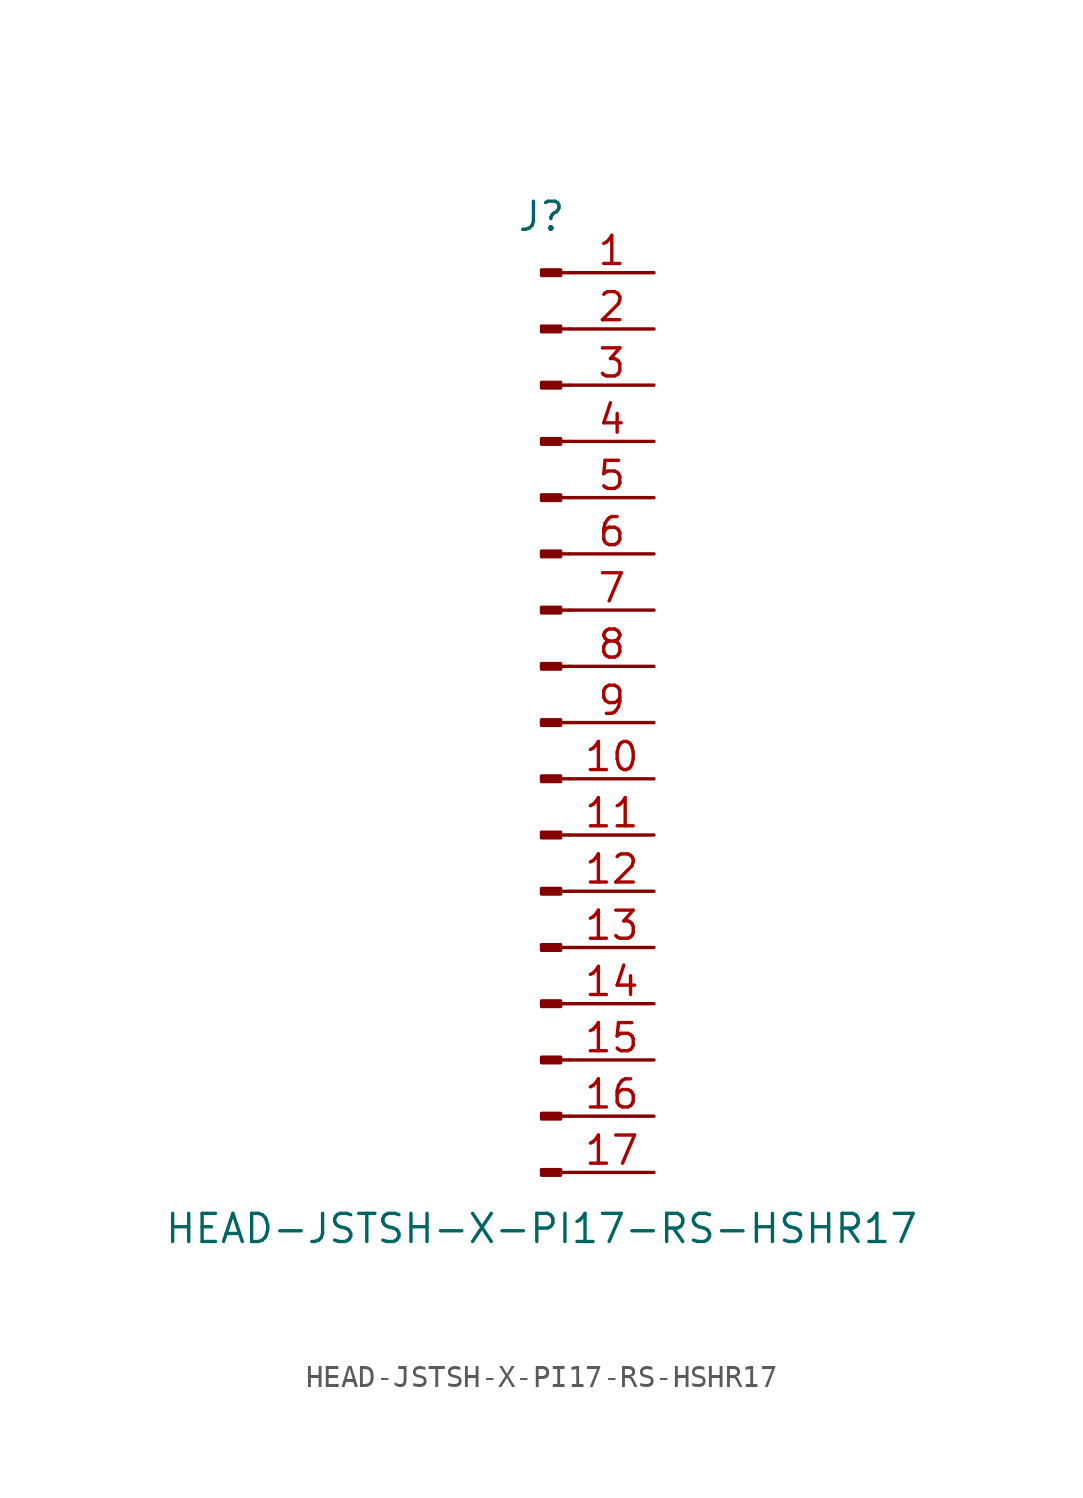
<source format=kicad_sym>
(kicad_symbol_lib
  (version 20211014)
  (generator kicad_symbol_editor)
  (symbol "HEAD-JSTSH-X-PI17-RS-HSHR17"
    (pin_names
      (offset 1.016) hide)
    (property "Reference" "J"
      (at 0 22.86 0)
      (effects (font (size 1.27 1.27))))
    (property "Value" "HEAD-JSTSH-X-PI17-RS-HSHR17"
      (at 0 -22.86 0)
      (effects (font (size 1.27 1.27))))
    (symbol "HEAD-JSTSH-X-PI17-RS-HSHR17_1_1"
      (polyline (pts (xy 1.27 -20.32) (xy 0.864 -20.32)) (stroke (width 0.152) (type default) (color 0 0 0 0)) (fill (type none)))
      (polyline (pts (xy 1.27 -17.78) (xy 0.864 -17.78)) (stroke (width 0.152) (type default) (color 0 0 0 0)) (fill (type none)))
      (polyline (pts (xy 1.27 -15.24) (xy 0.864 -15.24)) (stroke (width 0.152) (type default) (color 0 0 0 0)) (fill (type none)))
      (polyline (pts (xy 1.27 -12.7) (xy 0.864 -12.7)) (stroke (width 0.152) (type default) (color 0 0 0 0)) (fill (type none)))
      (polyline (pts (xy 1.27 -10.16) (xy 0.864 -10.16)) (stroke (width 0.152) (type default) (color 0 0 0 0)) (fill (type none)))
      (polyline (pts (xy 1.27 -7.62) (xy 0.864 -7.62)) (stroke (width 0.152) (type default) (color 0 0 0 0)) (fill (type none)))
      (polyline (pts (xy 1.27 -5.08) (xy 0.864 -5.08)) (stroke (width 0.152) (type default) (color 0 0 0 0)) (fill (type none)))
      (polyline (pts (xy 1.27 -2.54) (xy 0.864 -2.54)) (stroke (width 0.152) (type default) (color 0 0 0 0)) (fill (type none)))
      (polyline (pts (xy 1.27 0) (xy 0.864 0)) (stroke (width 0.152) (type default) (color 0 0 0 0)) (fill (type none)))
      (polyline (pts (xy 1.27 2.54) (xy 0.864 2.54)) (stroke (width 0.152) (type default) (color 0 0 0 0)) (fill (type none)))
      (polyline (pts (xy 1.27 5.08) (xy 0.864 5.08)) (stroke (width 0.152) (type default) (color 0 0 0 0)) (fill (type none)))
      (polyline (pts (xy 1.27 7.62) (xy 0.864 7.62)) (stroke (width 0.152) (type default) (color 0 0 0 0)) (fill (type none)))
      (polyline (pts (xy 1.27 10.16) (xy 0.864 10.16)) (stroke (width 0.152) (type default) (color 0 0 0 0)) (fill (type none)))
      (polyline (pts (xy 1.27 12.7) (xy 0.864 12.7)) (stroke (width 0.152) (type default) (color 0 0 0 0)) (fill (type none)))
      (polyline (pts (xy 1.27 15.24) (xy 0.864 15.24)) (stroke (width 0.152) (type default) (color 0 0 0 0)) (fill (type none)))
      (polyline (pts (xy 1.27 17.78) (xy 0.864 17.78)) (stroke (width 0.152) (type default) (color 0 0 0 0)) (fill (type none)))
      (polyline (pts (xy 1.27 20.32) (xy 0.864 20.32)) (stroke (width 0.152) (type default) (color 0 0 0 0)) (fill (type none)))
      (rectangle (start 0.864 -20.193) (end 0 -20.447) (stroke (width 0.152) (type default) (color 0 0 0 0)) (fill (type outline)))
      (rectangle (start 0.864 -17.653) (end 0 -17.907) (stroke (width 0.152) (type default) (color 0 0 0 0)) (fill (type outline)))
      (rectangle (start 0.864 -15.113) (end 0 -15.367) (stroke (width 0.152) (type default) (color 0 0 0 0)) (fill (type outline)))
      (rectangle (start 0.864 -12.573) (end 0 -12.827) (stroke (width 0.152) (type default) (color 0 0 0 0)) (fill (type outline)))
      (rectangle (start 0.864 -10.033) (end 0 -10.287) (stroke (width 0.152) (type default) (color 0 0 0 0)) (fill (type outline)))
      (rectangle (start 0.864 -7.493) (end 0 -7.747) (stroke (width 0.152) (type default) (color 0 0 0 0)) (fill (type outline)))
      (rectangle (start 0.864 -4.953) (end 0 -5.207) (stroke (width 0.152) (type default) (color 0 0 0 0)) (fill (type outline)))
      (rectangle (start 0.864 -2.413) (end 0 -2.667) (stroke (width 0.152) (type default) (color 0 0 0 0)) (fill (type outline)))
      (rectangle (start 0.864 0.127) (end 0 -0.127) (stroke (width 0.152) (type default) (color 0 0 0 0)) (fill (type outline)))
      (rectangle (start 0.864 2.667) (end 0 2.413) (stroke (width 0.152) (type default) (color 0 0 0 0)) (fill (type outline)))
      (rectangle (start 0.864 5.207) (end 0 4.953) (stroke (width 0.152) (type default) (color 0 0 0 0)) (fill (type outline)))
      (rectangle (start 0.864 7.747) (end 0 7.493) (stroke (width 0.152) (type default) (color 0 0 0 0)) (fill (type outline)))
      (rectangle (start 0.864 10.287) (end 0 10.033) (stroke (width 0.152) (type default) (color 0 0 0 0)) (fill (type outline)))
      (rectangle (start 0.864 12.827) (end 0 12.573) (stroke (width 0.152) (type default) (color 0 0 0 0)) (fill (type outline)))
      (rectangle (start 0.864 15.367) (end 0 15.113) (stroke (width 0.152) (type default) (color 0 0 0 0)) (fill (type outline)))
      (rectangle (start 0.864 17.907) (end 0 17.653) (stroke (width 0.152) (type default) (color 0 0 0 0)) (fill (type outline)))
      (rectangle (start 0.864 20.447) (end 0 20.193) (stroke (width 0.152) (type default) (color 0 0 0 0)) (fill (type outline)))
      (pin passive line (at 5.08 20.32 180) (length 3.81) (name "Pin_1" (effects (font (size 1.27 1.27)))) (number "1" (effects (font (size 1.27 1.27)))))
      (pin passive line (at 5.08 -2.54 180) (length 3.81) (name "Pin_10" (effects (font (size 1.27 1.27)))) (number "10" (effects (font (size 1.27 1.27)))))
      (pin passive line (at 5.08 -5.08 180) (length 3.81) (name "Pin_11" (effects (font (size 1.27 1.27)))) (number "11" (effects (font (size 1.27 1.27)))))
      (pin passive line (at 5.08 -7.62 180) (length 3.81) (name "Pin_12" (effects (font (size 1.27 1.27)))) (number "12" (effects (font (size 1.27 1.27)))))
      (pin passive line (at 5.08 -10.16 180) (length 3.81) (name "Pin_13" (effects (font (size 1.27 1.27)))) (number "13" (effects (font (size 1.27 1.27)))))
      (pin passive line (at 5.08 -12.7 180) (length 3.81) (name "Pin_14" (effects (font (size 1.27 1.27)))) (number "14" (effects (font (size 1.27 1.27)))))
      (pin passive line (at 5.08 -15.24 180) (length 3.81) (name "Pin_15" (effects (font (size 1.27 1.27)))) (number "15" (effects (font (size 1.27 1.27)))))
      (pin passive line (at 5.08 -17.78 180) (length 3.81) (name "Pin_16" (effects (font (size 1.27 1.27)))) (number "16" (effects (font (size 1.27 1.27)))))
      (pin passive line (at 5.08 -20.32 180) (length 3.81) (name "Pin_17" (effects (font (size 1.27 1.27)))) (number "17" (effects (font (size 1.27 1.27)))))
      (pin passive line (at 5.08 17.78 180) (length 3.81) (name "Pin_2" (effects (font (size 1.27 1.27)))) (number "2" (effects (font (size 1.27 1.27)))))
      (pin passive line (at 5.08 15.24 180) (length 3.81) (name "Pin_3" (effects (font (size 1.27 1.27)))) (number "3" (effects (font (size 1.27 1.27)))))
      (pin passive line (at 5.08 12.7 180) (length 3.81) (name "Pin_4" (effects (font (size 1.27 1.27)))) (number "4" (effects (font (size 1.27 1.27)))))
      (pin passive line (at 5.08 10.16 180) (length 3.81) (name "Pin_5" (effects (font (size 1.27 1.27)))) (number "5" (effects (font (size 1.27 1.27)))))
      (pin passive line (at 5.08 7.62 180) (length 3.81) (name "Pin_6" (effects (font (size 1.27 1.27)))) (number "6" (effects (font (size 1.27 1.27)))))
      (pin passive line (at 5.08 5.08 180) (length 3.81) (name "Pin_7" (effects (font (size 1.27 1.27)))) (number "7" (effects (font (size 1.27 1.27)))))
      (pin passive line (at 5.08 2.54 180) (length 3.81) (name "Pin_8" (effects (font (size 1.27 1.27)))) (number "8" (effects (font (size 1.27 1.27)))))
      (pin passive line (at 5.08 0 180) (length 3.81) (name "Pin_9" (effects (font (size 1.27 1.27)))) (number "9" (effects (font (size 1.27 1.27))))))))
</source>
